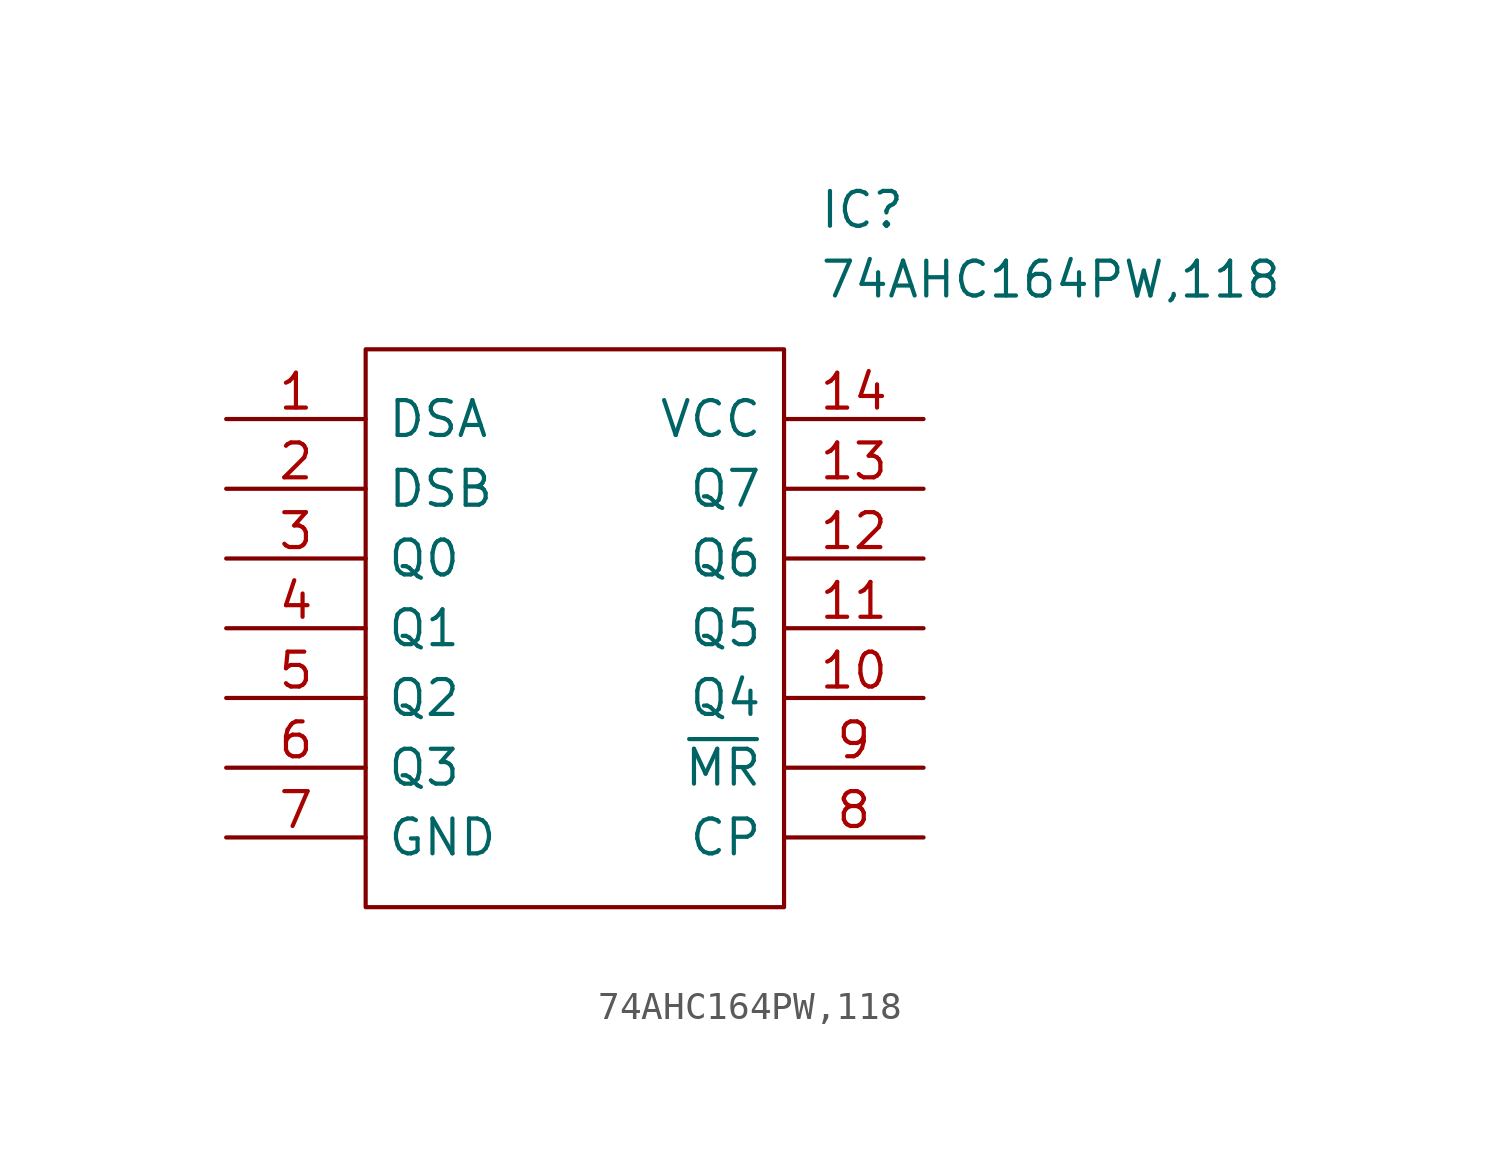
<source format=kicad_sym>
(kicad_symbol_lib
  (version 20211014)
  (generator kicad_symbol_editor)
  (symbol "74AHC164PW,118"
    (pin_names
      (offset 0.762))
    (property "Reference" "IC"
      (at 21.59 7.62 0)
      (effects (font (size 1.27 1.27)) (justify left)))
    (property "Value" "74AHC164PW,118"
      (at 21.59 5.08 0)
      (effects (font (size 1.27 1.27)) (justify left)))
    (symbol "74AHC164PW,118_0_0"
      (pin passive line (at 0 0 0) (length 5.08) (name "DSA" (effects (font (size 1.27 1.27)))) (number "1" (effects (font (size 1.27 1.27)))))
      (pin passive line (at 25.4 -10.16 180) (length 5.08) (name "Q4" (effects (font (size 1.27 1.27)))) (number "10" (effects (font (size 1.27 1.27)))))
      (pin passive line (at 25.4 -7.62 180) (length 5.08) (name "Q5" (effects (font (size 1.27 1.27)))) (number "11" (effects (font (size 1.27 1.27)))))
      (pin passive line (at 25.4 -5.08 180) (length 5.08) (name "Q6" (effects (font (size 1.27 1.27)))) (number "12" (effects (font (size 1.27 1.27)))))
      (pin passive line (at 25.4 -2.54 180) (length 5.08) (name "Q7" (effects (font (size 1.27 1.27)))) (number "13" (effects (font (size 1.27 1.27)))))
      (pin passive line (at 25.4 0 180) (length 5.08) (name "VCC" (effects (font (size 1.27 1.27)))) (number "14" (effects (font (size 1.27 1.27)))))
      (pin passive line (at 0 -2.54 0) (length 5.08) (name "DSB" (effects (font (size 1.27 1.27)))) (number "2" (effects (font (size 1.27 1.27)))))
      (pin passive line (at 0 -5.08 0) (length 5.08) (name "Q0" (effects (font (size 1.27 1.27)))) (number "3" (effects (font (size 1.27 1.27)))))
      (pin passive line (at 0 -7.62 0) (length 5.08) (name "Q1" (effects (font (size 1.27 1.27)))) (number "4" (effects (font (size 1.27 1.27)))))
      (pin passive line (at 0 -10.16 0) (length 5.08) (name "Q2" (effects (font (size 1.27 1.27)))) (number "5" (effects (font (size 1.27 1.27)))))
      (pin passive line (at 0 -12.7 0) (length 5.08) (name "Q3" (effects (font (size 1.27 1.27)))) (number "6" (effects (font (size 1.27 1.27)))))
      (pin passive line (at 0 -15.24 0) (length 5.08) (name "GND" (effects (font (size 1.27 1.27)))) (number "7" (effects (font (size 1.27 1.27)))))
      (pin passive line (at 25.4 -15.24 180) (length 5.08) (name "CP" (effects (font (size 1.27 1.27)))) (number "8" (effects (font (size 1.27 1.27)))))
      (pin passive line (at 25.4 -12.7 180) (length 5.08) (name "~{MR}" (effects (font (size 1.27 1.27)))) (number "9" (effects (font (size 1.27 1.27))))))
    (symbol "74AHC164PW,118_0_1"
      (polyline (pts (xy 5.08 2.54) (xy 20.32 2.54) (xy 20.32 -17.78) (xy 5.08 -17.78) (xy 5.08 2.54)) (stroke (width 0.152) (type default) (color 0 0 0 0)) (fill (type none))))))
</source>
